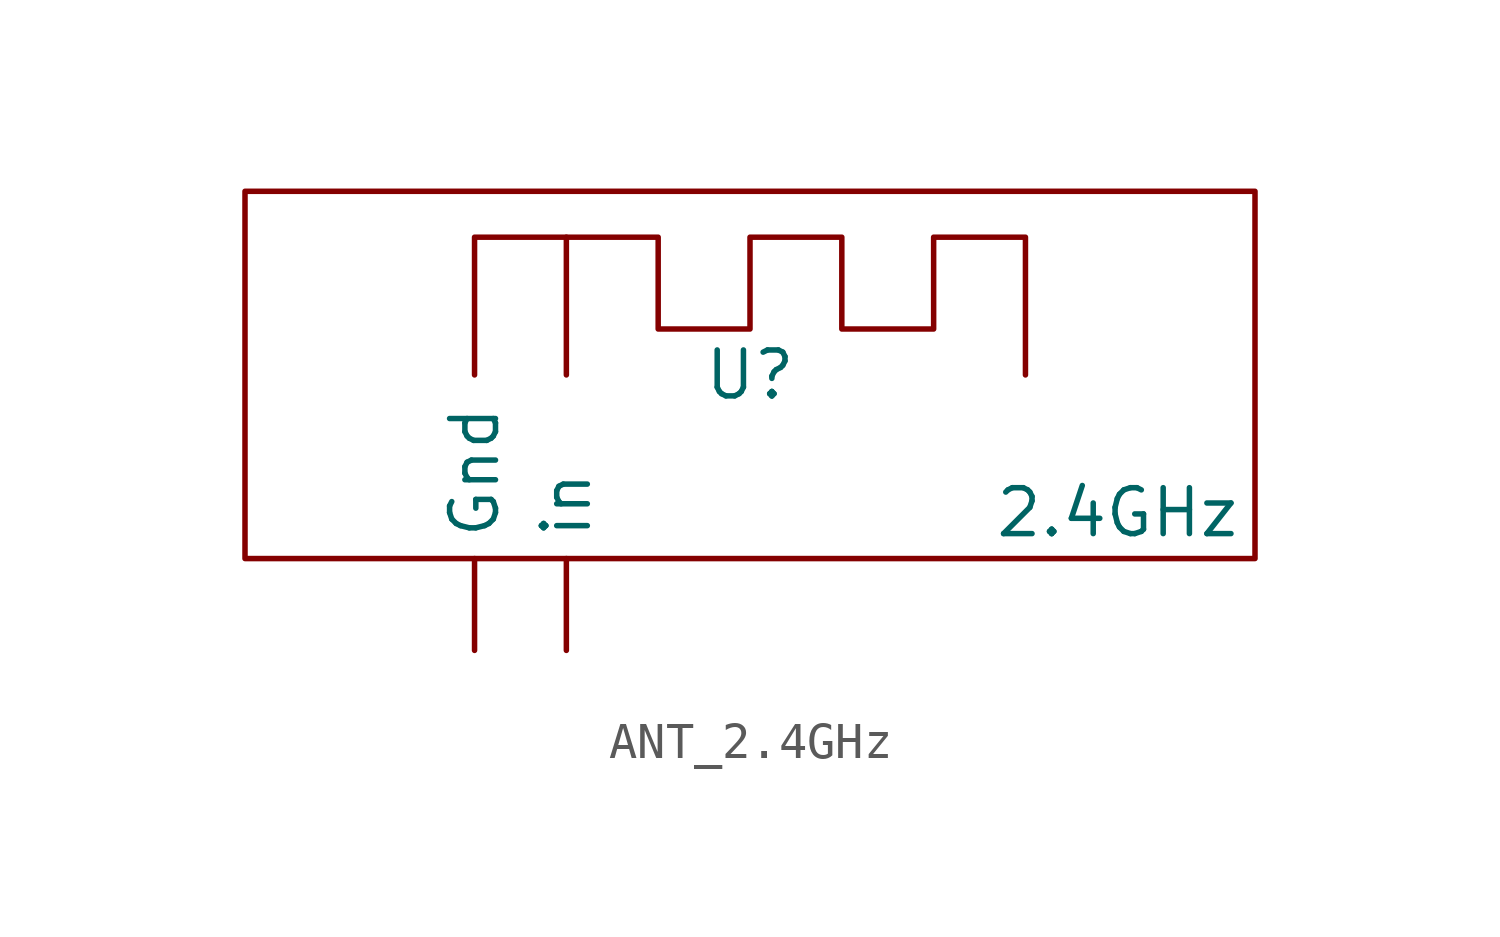
<source format=kicad_sym>
(kicad_symbol_lib
  (version 20220914)
  (generator kicad_symbol_editor)
  (symbol "ANT_2.4GHz"
    (property "Reference" "U"
      (at 0 0 0)
      (effects (font (size 1.27 1.27))))
    (property "Value" "2.4GHz"
      (at 10.16 -3.81 0)
      (effects (font (size 1.27 1.27))))
    (symbol "ANT_2.4GHz_0_1"
      (polyline (pts (xy -7.62 0) (xy -7.62 3.81) (xy -5.08 3.81) (xy -5.08 0)) (stroke (width 0) (type default)) (fill (type none)))
      (polyline (pts (xy -13.97 5.08) (xy -13.97 -5.08) (xy 13.97 -5.08) (xy 13.97 5.08) (xy -13.97 5.08)) (stroke (width 0) (type default)) (fill (type none)))
      (polyline (pts (xy -5.08 3.81) (xy -2.54 3.81) (xy -2.54 1.27) (xy 0 1.27) (xy 0 3.81) (xy 2.54 3.81) (xy 2.54 1.27) (xy 5.08 1.27) (xy 5.08 3.81) (xy 7.62 3.81) (xy 7.62 0)) (stroke (width 0) (type default)) (fill (type none))))
    (symbol "ANT_2.4GHz_1_1"
      (pin input line (at -7.62 -7.62 90) (length 2.54) (name "Gnd" (effects (font (size 1.27 1.27)))) (number "" (effects (font (size 1.27 1.27)))))
      (pin input line (at -5.08 -7.62 90) (length 2.54) (name "in" (effects (font (size 1.27 1.27)))) (number "" (effects (font (size 1.27 1.27))))))))
</source>
